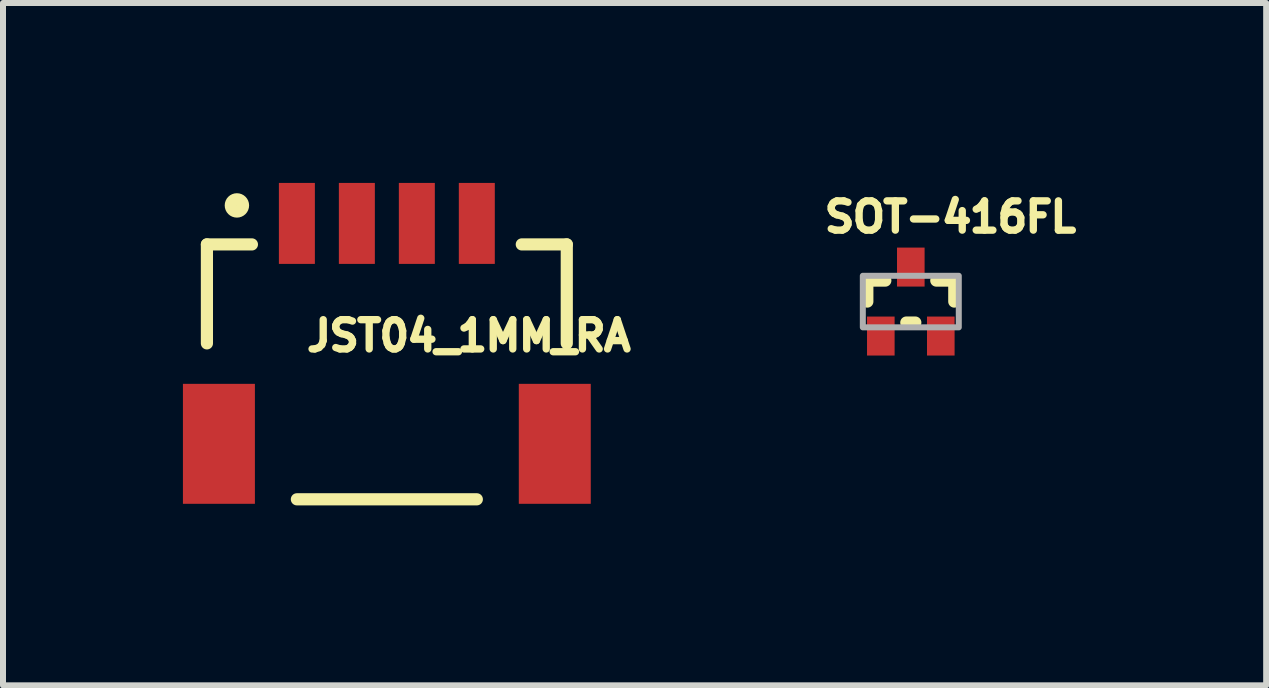
<source format=kicad_pcb>
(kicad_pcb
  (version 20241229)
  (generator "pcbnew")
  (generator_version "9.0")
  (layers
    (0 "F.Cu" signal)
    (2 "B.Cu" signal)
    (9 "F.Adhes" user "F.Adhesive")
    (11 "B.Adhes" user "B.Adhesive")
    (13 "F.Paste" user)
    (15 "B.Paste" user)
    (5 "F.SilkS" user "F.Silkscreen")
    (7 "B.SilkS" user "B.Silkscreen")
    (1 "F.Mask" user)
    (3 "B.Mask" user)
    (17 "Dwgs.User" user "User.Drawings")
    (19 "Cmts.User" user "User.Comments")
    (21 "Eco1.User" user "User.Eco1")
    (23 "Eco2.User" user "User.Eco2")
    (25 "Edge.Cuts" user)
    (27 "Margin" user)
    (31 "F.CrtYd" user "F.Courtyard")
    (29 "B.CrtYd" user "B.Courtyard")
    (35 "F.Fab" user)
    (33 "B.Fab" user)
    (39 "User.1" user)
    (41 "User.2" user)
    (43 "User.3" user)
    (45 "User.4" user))
  (footprint "JST04_1MM_RA"
    (layer "F.Cu")
    (at 3.4 0.675)
    (property "Reference" "JST04_1MM_RA" (at -1.397 2.159 0) (layer "F.SilkS") (effects (font (size 0.488 0.488) (thickness 0.122)) (justify left bottom)))
    (fp_line (start -3 0.35) (end -2.25 0.35) (stroke (width 0.203) (type solid)) (layer "F.SilkS"))
    (fp_line (start -3 2) (end -3 0.35) (stroke (width 0.203) (type solid)) (layer "F.SilkS"))
    (fp_line (start -1.5 4.6) (end 1.5 4.6) (stroke (width 0.203) (type solid)) (layer "F.SilkS"))
    (fp_line (start 2.25 0.35) (end 3 0.35) (stroke (width 0.203) (type solid)) (layer "F.SilkS"))
    (fp_line (start 3 0.35) (end 3 2) (stroke (width 0.203) (type solid)) (layer "F.SilkS"))
    (fp_circle (center -2.5 -0.3) (end -2.398 -0.3) (stroke (width 0.203) (type solid)) (fill no) (layer "F.SilkS"))
    (pad "1" smd rect (at -1.5 0) (size 0.6 1.35) (layers "F.Cu" "F.Mask" "F.Paste"))
    (pad "2" smd rect (at -0.5 0) (size 0.6 1.35) (layers "F.Cu" "F.Mask" "F.Paste"))
    (pad "3" smd rect (at 0.5 0) (size 0.6 1.35) (layers "F.Cu" "F.Mask" "F.Paste"))
    (pad "4" smd rect (at 1.5 0) (size 0.6 1.35) (layers "F.Cu" "F.Mask" "F.Paste"))
    (pad "NC1" smd rect (at 2.8 3.675) (size 1.2 2) (layers "F.Cu" "F.Mask" "F.Paste"))
    (pad "NC2" smd rect (at -2.8 3.675) (size 1.2 2) (layers "F.Cu" "F.Mask" "F.Paste")))
  (footprint "SOT-416FL"
    (layer "F.Cu")
    (at 12.136 1.453)
    (property "Reference" "SOT-416FL" (at -1.5 -0.6 0) (layer "F.SilkS") (effects (font (size 0.488 0.488) (thickness 0.122)) (justify left bottom)))
    (fp_line (start -0.725 0.175) (end -0.425 0.175) (stroke (width 0.203) (type solid)) (layer "F.SilkS"))
    (fp_line (start -0.725 0.525) (end -0.725 0.175) (stroke (width 0.203) (type solid)) (layer "F.SilkS"))
    (fp_line (start -0.075 0.875) (end 0.075 0.875) (stroke (width 0.203) (type solid)) (layer "F.SilkS"))
    (fp_line (start 0.425 0.175) (end 0.725 0.175) (stroke (width 0.203) (type solid)) (layer "F.SilkS"))
    (fp_line (start 0.725 0.175) (end 0.725 0.525) (stroke (width 0.203) (type solid)) (layer "F.SilkS"))
    (fp_poly (pts (xy -0.8 0.955) (xy 0.8 0.955) (xy 0.8 0.095) (xy -0.8 0.095)) (stroke (width 0.1) (type default)) (fill no) (layer "F.Fab"))
    (pad "1" smd rect (at -0.5 1.1) (size 0.46 0.65) (layers "F.Cu" "F.Mask" "F.Paste"))
    (pad "2" smd rect (at 0.5 1.1) (size 0.46 0.65) (layers "F.Cu" "F.Mask" "F.Paste"))
    (pad "3" smd rect (at 0 -0.05) (size 0.46 0.65) (layers "F.Cu" "F.Mask" "F.Paste")))
  (gr_rect
    (start -3 -3)
    (end 18.061 8.377)
    (stroke (width 0.1) (type default))
    (fill no)
    (layer "Edge.Cuts")))
</source>
